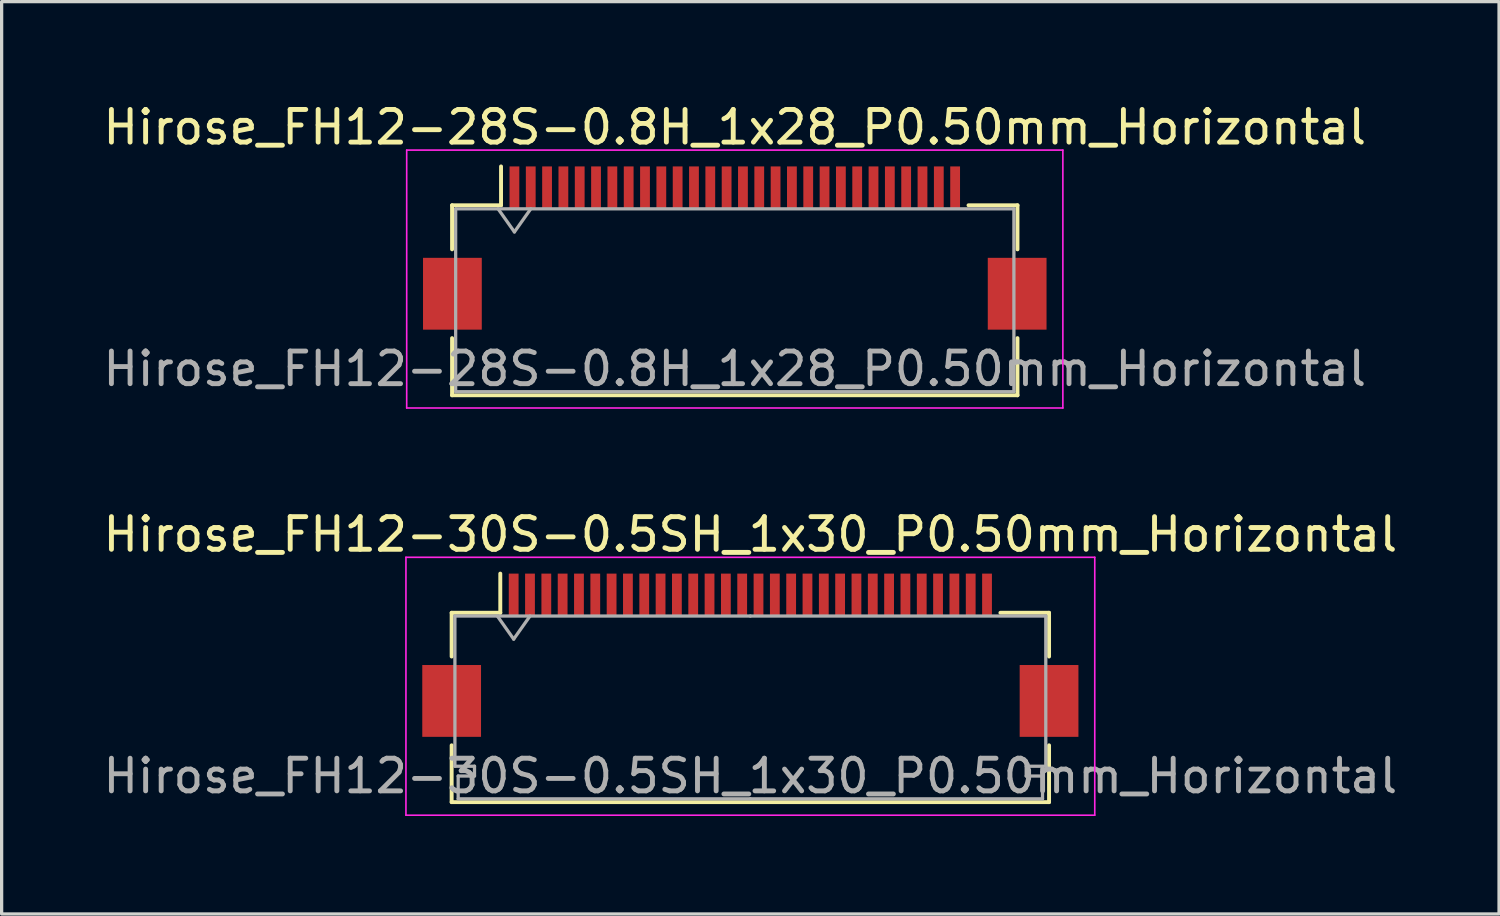
<source format=kicad_pcb>
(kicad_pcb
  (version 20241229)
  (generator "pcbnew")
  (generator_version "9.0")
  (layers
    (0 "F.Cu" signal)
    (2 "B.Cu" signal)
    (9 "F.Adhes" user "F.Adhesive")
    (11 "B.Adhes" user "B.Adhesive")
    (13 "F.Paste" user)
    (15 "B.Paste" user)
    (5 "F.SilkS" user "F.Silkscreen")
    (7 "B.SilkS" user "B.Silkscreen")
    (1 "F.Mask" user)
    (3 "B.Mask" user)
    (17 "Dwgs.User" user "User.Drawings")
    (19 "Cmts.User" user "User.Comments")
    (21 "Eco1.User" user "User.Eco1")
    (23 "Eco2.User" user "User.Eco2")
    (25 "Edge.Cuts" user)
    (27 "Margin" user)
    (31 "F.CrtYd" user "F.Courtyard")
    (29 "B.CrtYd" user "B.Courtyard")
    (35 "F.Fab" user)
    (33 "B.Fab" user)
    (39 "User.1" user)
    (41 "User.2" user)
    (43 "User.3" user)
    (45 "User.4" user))
  (footprint "Hirose_FH12-30S-0.5SH_1x30_P0.50mm_Horizontal"
    (layer "F.Cu")
    (at 19.935 17.021)
    (property "Reference" "Hirose_FH12-30S-0.5SH_1x30_P0.50mm_Horizontal" (at 0 -3.7 0) (layer "F.SilkS") (effects (font (size 1 1) (thickness 0.15))))
    (attr smd)
    (fp_line (start -9.15 -1.3) (end -9.15 0.04) (stroke (width 0.12) (type solid)) (layer "F.SilkS"))
    (fp_line (start -9.15 2.76) (end -9.15 4.5) (stroke (width 0.12) (type solid)) (layer "F.SilkS"))
    (fp_line (start -9.15 4.5) (end 9.15 4.5) (stroke (width 0.12) (type solid)) (layer "F.SilkS"))
    (fp_line (start -7.66 -1.3) (end -9.15 -1.3) (stroke (width 0.12) (type solid)) (layer "F.SilkS"))
    (fp_line (start -7.66 -1.3) (end -7.66 -2.5) (stroke (width 0.12) (type solid)) (layer "F.SilkS"))
    (fp_line (start 7.66 -1.3) (end 9.15 -1.3) (stroke (width 0.12) (type solid)) (layer "F.SilkS"))
    (fp_line (start 9.15 -1.3) (end 9.15 0.04) (stroke (width 0.12) (type solid)) (layer "F.SilkS"))
    (fp_line (start 9.15 4.5) (end 9.15 2.76) (stroke (width 0.12) (type solid)) (layer "F.SilkS"))
    (fp_line (start -10.55 -3) (end -10.55 4.9) (stroke (width 0.05) (type solid)) (layer "F.CrtYd"))
    (fp_line (start -10.55 4.9) (end 10.55 4.9) (stroke (width 0.05) (type solid)) (layer "F.CrtYd"))
    (fp_line (start 10.55 -3) (end -10.55 -3) (stroke (width 0.05) (type solid)) (layer "F.CrtYd"))
    (fp_line (start 10.55 4.9) (end 10.55 -3) (stroke (width 0.05) (type solid)) (layer "F.CrtYd"))
    (fp_line (start -9.05 -1.2) (end -9.05 3.4) (stroke (width 0.1) (type solid)) (layer "F.Fab"))
    (fp_line (start -9.05 3.4) (end -8.45 3.4) (stroke (width 0.1) (type solid)) (layer "F.Fab"))
    (fp_line (start -8.95 3.7) (end -8.95 4.4) (stroke (width 0.1) (type solid)) (layer "F.Fab"))
    (fp_line (start -8.95 4.4) (end 0 4.4) (stroke (width 0.1) (type solid)) (layer "F.Fab"))
    (fp_line (start -8.45 3.4) (end -8.45 3.7) (stroke (width 0.1) (type solid)) (layer "F.Fab"))
    (fp_line (start -8.45 3.7) (end -8.95 3.7) (stroke (width 0.1) (type solid)) (layer "F.Fab"))
    (fp_line (start -7.75 -1.2) (end -7.25 -0.493) (stroke (width 0.1) (type solid)) (layer "F.Fab"))
    (fp_line (start -7.25 -0.493) (end -6.75 -1.2) (stroke (width 0.1) (type solid)) (layer "F.Fab"))
    (fp_line (start 0 -1.2) (end -9.05 -1.2) (stroke (width 0.1) (type solid)) (layer "F.Fab"))
    (fp_line (start 0 -1.2) (end 9.05 -1.2) (stroke (width 0.1) (type solid)) (layer "F.Fab"))
    (fp_line (start 8.45 3.4) (end 8.45 3.7) (stroke (width 0.1) (type solid)) (layer "F.Fab"))
    (fp_line (start 8.45 3.7) (end 8.95 3.7) (stroke (width 0.1) (type solid)) (layer "F.Fab"))
    (fp_line (start 8.95 3.7) (end 8.95 4.4) (stroke (width 0.1) (type solid)) (layer "F.Fab"))
    (fp_line (start 8.95 4.4) (end 0 4.4) (stroke (width 0.1) (type solid)) (layer "F.Fab"))
    (fp_line (start 9.05 -1.2) (end 9.05 3.4) (stroke (width 0.1) (type solid)) (layer "F.Fab"))
    (fp_line (start 9.05 3.4) (end 8.45 3.4) (stroke (width 0.1) (type solid)) (layer "F.Fab"))
    (fp_text user "${REFERENCE}" (at 0 3.7 0) (layer "F.Fab") (effects (font (size 1 1) (thickness 0.15))))
    (pad "" smd rect (at -9.15 1.4) (size 1.8 2.2) (layers "F.Cu" "F.Mask" "F.Paste"))
    (pad "" smd rect (at 9.15 1.4) (size 1.8 2.2) (layers "F.Cu" "F.Mask" "F.Paste"))
    (pad "1" smd rect (at -7.25 -1.85) (size 0.3 1.3) (layers "F.Cu" "F.Mask" "F.Paste"))
    (pad "2" smd rect (at -6.75 -1.85) (size 0.3 1.3) (layers "F.Cu" "F.Mask" "F.Paste"))
    (pad "3" smd rect (at -6.25 -1.85) (size 0.3 1.3) (layers "F.Cu" "F.Mask" "F.Paste"))
    (pad "4" smd rect (at -5.75 -1.85) (size 0.3 1.3) (layers "F.Cu" "F.Mask" "F.Paste"))
    (pad "5" smd rect (at -5.25 -1.85) (size 0.3 1.3) (layers "F.Cu" "F.Mask" "F.Paste"))
    (pad "6" smd rect (at -4.75 -1.85) (size 0.3 1.3) (layers "F.Cu" "F.Mask" "F.Paste"))
    (pad "7" smd rect (at -4.25 -1.85) (size 0.3 1.3) (layers "F.Cu" "F.Mask" "F.Paste"))
    (pad "8" smd rect (at -3.75 -1.85) (size 0.3 1.3) (layers "F.Cu" "F.Mask" "F.Paste"))
    (pad "9" smd rect (at -3.25 -1.85) (size 0.3 1.3) (layers "F.Cu" "F.Mask" "F.Paste"))
    (pad "10" smd rect (at -2.75 -1.85) (size 0.3 1.3) (layers "F.Cu" "F.Mask" "F.Paste"))
    (pad "11" smd rect (at -2.25 -1.85) (size 0.3 1.3) (layers "F.Cu" "F.Mask" "F.Paste"))
    (pad "12" smd rect (at -1.75 -1.85) (size 0.3 1.3) (layers "F.Cu" "F.Mask" "F.Paste"))
    (pad "13" smd rect (at -1.25 -1.85) (size 0.3 1.3) (layers "F.Cu" "F.Mask" "F.Paste"))
    (pad "14" smd rect (at -0.75 -1.85) (size 0.3 1.3) (layers "F.Cu" "F.Mask" "F.Paste"))
    (pad "15" smd rect (at -0.25 -1.85) (size 0.3 1.3) (layers "F.Cu" "F.Mask" "F.Paste"))
    (pad "16" smd rect (at 0.25 -1.85) (size 0.3 1.3) (layers "F.Cu" "F.Mask" "F.Paste"))
    (pad "17" smd rect (at 0.75 -1.85) (size 0.3 1.3) (layers "F.Cu" "F.Mask" "F.Paste"))
    (pad "18" smd rect (at 1.25 -1.85) (size 0.3 1.3) (layers "F.Cu" "F.Mask" "F.Paste"))
    (pad "19" smd rect (at 1.75 -1.85) (size 0.3 1.3) (layers "F.Cu" "F.Mask" "F.Paste"))
    (pad "20" smd rect (at 2.25 -1.85) (size 0.3 1.3) (layers "F.Cu" "F.Mask" "F.Paste"))
    (pad "21" smd rect (at 2.75 -1.85) (size 0.3 1.3) (layers "F.Cu" "F.Mask" "F.Paste"))
    (pad "22" smd rect (at 3.25 -1.85) (size 0.3 1.3) (layers "F.Cu" "F.Mask" "F.Paste"))
    (pad "23" smd rect (at 3.75 -1.85) (size 0.3 1.3) (layers "F.Cu" "F.Mask" "F.Paste"))
    (pad "24" smd rect (at 4.25 -1.85) (size 0.3 1.3) (layers "F.Cu" "F.Mask" "F.Paste"))
    (pad "25" smd rect (at 4.75 -1.85) (size 0.3 1.3) (layers "F.Cu" "F.Mask" "F.Paste"))
    (pad "26" smd rect (at 5.25 -1.85) (size 0.3 1.3) (layers "F.Cu" "F.Mask" "F.Paste"))
    (pad "27" smd rect (at 5.75 -1.85) (size 0.3 1.3) (layers "F.Cu" "F.Mask" "F.Paste"))
    (pad "28" smd rect (at 6.25 -1.85) (size 0.3 1.3) (layers "F.Cu" "F.Mask" "F.Paste"))
    (pad "29" smd rect (at 6.75 -1.85) (size 0.3 1.3) (layers "F.Cu" "F.Mask" "F.Paste"))
    (pad "30" smd rect (at 7.25 -1.85) (size 0.3 1.3) (layers "F.Cu" "F.Mask" "F.Paste")))
  (footprint "Hirose_FH12-28S-0.8H_1x28_P0.50mm_Horizontal"
    (layer "F.Cu")
    (at 19.458 4.548)
    (property "Reference" "Hirose_FH12-28S-0.8H_1x28_P0.50mm_Horizontal" (at 0 -3.7 0) (layer "F.SilkS") (effects (font (size 1 1) (thickness 0.15))))
    (attr smd)
    (fp_line (start -8.66 -1.31) (end -7.16 -1.31) (stroke (width 0.12) (type solid)) (layer "F.SilkS"))
    (fp_line (start -8.66 0.04) (end -8.66 -1.31) (stroke (width 0.12) (type solid)) (layer "F.SilkS"))
    (fp_line (start -8.66 2.76) (end -8.66 4.51) (stroke (width 0.12) (type solid)) (layer "F.SilkS"))
    (fp_line (start -8.66 4.51) (end 8.66 4.51) (stroke (width 0.12) (type solid)) (layer "F.SilkS"))
    (fp_line (start -7.16 -1.31) (end -7.16 -2.5) (stroke (width 0.12) (type solid)) (layer "F.SilkS"))
    (fp_line (start 8.66 -1.31) (end 7.16 -1.31) (stroke (width 0.12) (type solid)) (layer "F.SilkS"))
    (fp_line (start 8.66 0.04) (end 8.66 -1.31) (stroke (width 0.12) (type solid)) (layer "F.SilkS"))
    (fp_line (start 8.66 4.51) (end 8.66 2.76) (stroke (width 0.12) (type solid)) (layer "F.SilkS"))
    (fp_line (start -10.05 -3) (end -10.05 4.9) (stroke (width 0.05) (type solid)) (layer "F.CrtYd"))
    (fp_line (start -10.05 4.9) (end 10.05 4.9) (stroke (width 0.05) (type solid)) (layer "F.CrtYd"))
    (fp_line (start 10.05 -3) (end -10.05 -3) (stroke (width 0.05) (type solid)) (layer "F.CrtYd"))
    (fp_line (start 10.05 4.9) (end 10.05 -3) (stroke (width 0.05) (type solid)) (layer "F.CrtYd"))
    (fp_line (start -8.55 -1.2) (end -8.55 4.4) (stroke (width 0.1) (type solid)) (layer "F.Fab"))
    (fp_line (start -8.55 -1.2) (end 8.55 -1.2) (stroke (width 0.1) (type solid)) (layer "F.Fab"))
    (fp_line (start -8.55 4.4) (end 8.55 4.4) (stroke (width 0.1) (type solid)) (layer "F.Fab"))
    (fp_line (start -7.25 -1.2) (end -6.75 -0.493) (stroke (width 0.1) (type solid)) (layer "F.Fab"))
    (fp_line (start -6.75 -0.493) (end -6.25 -1.2) (stroke (width 0.1) (type solid)) (layer "F.Fab"))
    (fp_line (start 8.55 -1.2) (end 8.55 4.4) (stroke (width 0.1) (type solid)) (layer "F.Fab"))
    (fp_text user "${REFERENCE}" (at 0 3.7 0) (layer "F.Fab") (effects (font (size 1 1) (thickness 0.15))))
    (pad "" smd rect (at -8.65 1.4) (size 1.8 2.2) (layers "F.Cu" "F.Mask" "F.Paste"))
    (pad "" smd rect (at 8.65 1.4) (size 1.8 2.2) (layers "F.Cu" "F.Mask" "F.Paste"))
    (pad "1" smd rect (at -6.75 -1.85) (size 0.3 1.3) (layers "F.Cu" "F.Mask" "F.Paste"))
    (pad "2" smd rect (at -6.25 -1.85) (size 0.3 1.3) (layers "F.Cu" "F.Mask" "F.Paste"))
    (pad "3" smd rect (at -5.75 -1.85) (size 0.3 1.3) (layers "F.Cu" "F.Mask" "F.Paste"))
    (pad "4" smd rect (at -5.25 -1.85) (size 0.3 1.3) (layers "F.Cu" "F.Mask" "F.Paste"))
    (pad "5" smd rect (at -4.75 -1.85) (size 0.3 1.3) (layers "F.Cu" "F.Mask" "F.Paste"))
    (pad "6" smd rect (at -4.25 -1.85) (size 0.3 1.3) (layers "F.Cu" "F.Mask" "F.Paste"))
    (pad "7" smd rect (at -3.75 -1.85) (size 0.3 1.3) (layers "F.Cu" "F.Mask" "F.Paste"))
    (pad "8" smd rect (at -3.25 -1.85) (size 0.3 1.3) (layers "F.Cu" "F.Mask" "F.Paste"))
    (pad "9" smd rect (at -2.75 -1.85) (size 0.3 1.3) (layers "F.Cu" "F.Mask" "F.Paste"))
    (pad "10" smd rect (at -2.25 -1.85) (size 0.3 1.3) (layers "F.Cu" "F.Mask" "F.Paste"))
    (pad "11" smd rect (at -1.75 -1.85) (size 0.3 1.3) (layers "F.Cu" "F.Mask" "F.Paste"))
    (pad "12" smd rect (at -1.25 -1.85) (size 0.3 1.3) (layers "F.Cu" "F.Mask" "F.Paste"))
    (pad "13" smd rect (at -0.75 -1.85) (size 0.3 1.3) (layers "F.Cu" "F.Mask" "F.Paste"))
    (pad "14" smd rect (at -0.25 -1.85) (size 0.3 1.3) (layers "F.Cu" "F.Mask" "F.Paste"))
    (pad "15" smd rect (at 0.25 -1.85) (size 0.3 1.3) (layers "F.Cu" "F.Mask" "F.Paste"))
    (pad "16" smd rect (at 0.75 -1.85) (size 0.3 1.3) (layers "F.Cu" "F.Mask" "F.Paste"))
    (pad "17" smd rect (at 1.25 -1.85) (size 0.3 1.3) (layers "F.Cu" "F.Mask" "F.Paste"))
    (pad "18" smd rect (at 1.75 -1.85) (size 0.3 1.3) (layers "F.Cu" "F.Mask" "F.Paste"))
    (pad "19" smd rect (at 2.25 -1.85) (size 0.3 1.3) (layers "F.Cu" "F.Mask" "F.Paste"))
    (pad "20" smd rect (at 2.75 -1.85) (size 0.3 1.3) (layers "F.Cu" "F.Mask" "F.Paste"))
    (pad "21" smd rect (at 3.25 -1.85) (size 0.3 1.3) (layers "F.Cu" "F.Mask" "F.Paste"))
    (pad "22" smd rect (at 3.75 -1.85) (size 0.3 1.3) (layers "F.Cu" "F.Mask" "F.Paste"))
    (pad "23" smd rect (at 4.25 -1.85) (size 0.3 1.3) (layers "F.Cu" "F.Mask" "F.Paste"))
    (pad "24" smd rect (at 4.75 -1.85) (size 0.3 1.3) (layers "F.Cu" "F.Mask" "F.Paste"))
    (pad "25" smd rect (at 5.25 -1.85) (size 0.3 1.3) (layers "F.Cu" "F.Mask" "F.Paste"))
    (pad "26" smd rect (at 5.75 -1.85) (size 0.3 1.3) (layers "F.Cu" "F.Mask" "F.Paste"))
    (pad "27" smd rect (at 6.25 -1.85) (size 0.3 1.3) (layers "F.Cu" "F.Mask" "F.Paste"))
    (pad "28" smd rect (at 6.75 -1.85) (size 0.3 1.3) (layers "F.Cu" "F.Mask" "F.Paste")))
  (gr_rect
    (start -3 -3)
    (end 42.869 24.947)
    (stroke (width 0.1) (type default))
    (fill no)
    (layer "Edge.Cuts")))
</source>
